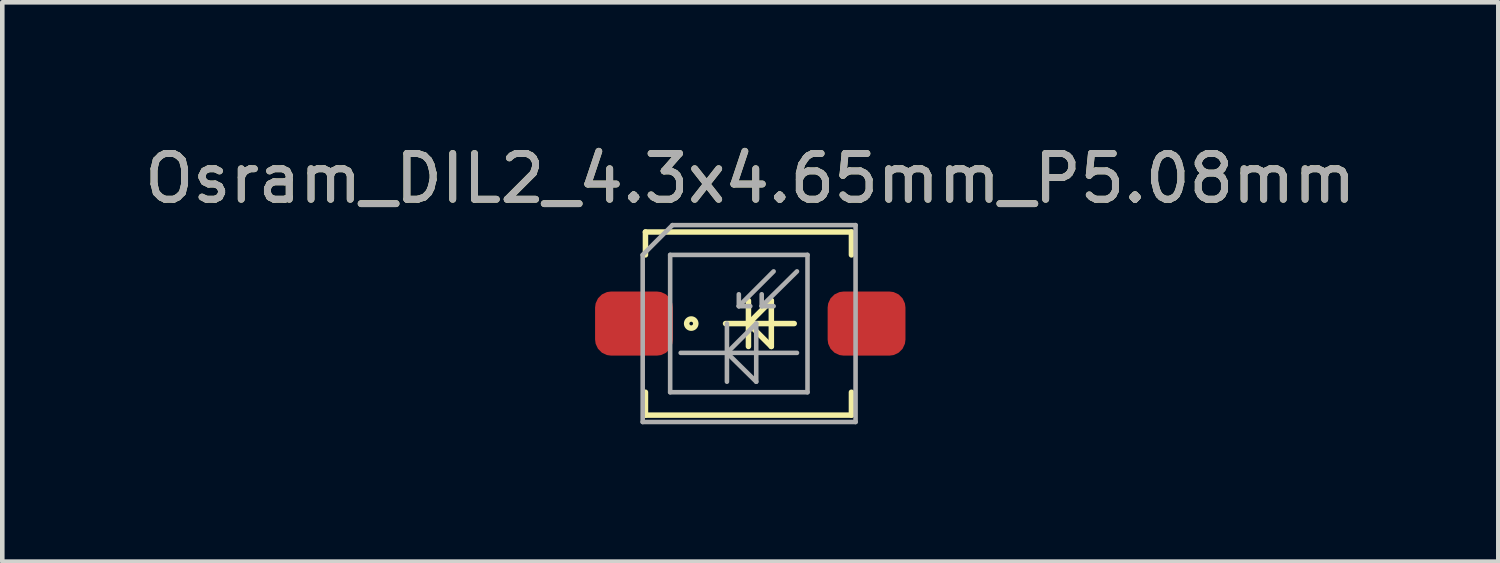
<source format=kicad_pcb>
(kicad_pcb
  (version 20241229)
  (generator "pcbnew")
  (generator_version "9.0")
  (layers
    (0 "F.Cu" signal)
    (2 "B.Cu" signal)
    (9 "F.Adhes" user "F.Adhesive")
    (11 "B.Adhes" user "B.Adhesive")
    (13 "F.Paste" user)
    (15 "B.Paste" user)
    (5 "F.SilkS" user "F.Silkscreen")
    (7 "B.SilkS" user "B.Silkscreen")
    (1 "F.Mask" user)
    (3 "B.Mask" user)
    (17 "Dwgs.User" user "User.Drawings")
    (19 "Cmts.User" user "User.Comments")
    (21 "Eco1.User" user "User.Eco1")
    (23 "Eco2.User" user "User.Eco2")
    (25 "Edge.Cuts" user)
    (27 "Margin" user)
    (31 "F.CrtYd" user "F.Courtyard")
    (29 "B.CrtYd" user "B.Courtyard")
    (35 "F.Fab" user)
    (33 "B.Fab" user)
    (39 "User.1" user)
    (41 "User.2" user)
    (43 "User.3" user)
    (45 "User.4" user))
  (footprint "Osram_DIL2_4.3x4.65mm_P5.08mm"
    (layer "F.Cu")
    (at 10.799 4.018)
    (property "Reference" "Osram_DIL2_4.3x4.65mm_P5.08mm" (at 2.54 -3.17 0) (layer "F.SilkS") (effects (font (size 1 1) (thickness 0.15))))
    (attr through_hole)
    (fp_line (start 0.25 -2) (end 0.25 -1.5) (stroke (width 0.12) (type solid)) (layer "F.SilkS"))
    (fp_line (start 0.25 -2) (end 4.75 -2) (stroke (width 0.12) (type solid)) (layer "F.SilkS"))
    (fp_line (start 0.25 2) (end 0.25 1.5) (stroke (width 0.12) (type solid)) (layer "F.SilkS"))
    (fp_line (start 2 0) (end 3.5 0) (stroke (width 0.12) (type solid)) (layer "F.SilkS"))
    (fp_line (start 2.5 -0.5) (end 2.5 0.5) (stroke (width 0.12) (type solid)) (layer "F.SilkS"))
    (fp_line (start 2.5 0) (end 3 0.5) (stroke (width 0.12) (type solid)) (layer "F.SilkS"))
    (fp_line (start 3 -0.5) (end 2.5 0) (stroke (width 0.12) (type solid)) (layer "F.SilkS"))
    (fp_line (start 3 0.5) (end 3 -0.5) (stroke (width 0.12) (type solid)) (layer "F.SilkS"))
    (fp_line (start 4.75 -2) (end 4.75 -1.5) (stroke (width 0.12) (type solid)) (layer "F.SilkS"))
    (fp_line (start 4.75 2) (end 0.25 2) (stroke (width 0.12) (type solid)) (layer "F.SilkS"))
    (fp_line (start 4.75 2) (end 4.75 1.5) (stroke (width 0.12) (type solid)) (layer "F.SilkS"))
    (fp_circle (center 1.25 0) (end 1.35 0) (stroke (width 0.12) (type solid)) (fill no) (layer "F.SilkS"))
    (fp_line (start 0.19 -1.5) (end 0.84 -2.15) (stroke (width 0.1) (type solid)) (layer "F.Fab"))
    (fp_line (start 0.19 2.15) (end 0.19 -1.5) (stroke (width 0.1) (type solid)) (layer "F.Fab"))
    (fp_line (start 0.79 -1.5) (end 0.79 1.5) (stroke (width 0.1) (type solid)) (layer "F.Fab"))
    (fp_line (start 0.79 1.5) (end 3.79 1.5) (stroke (width 0.1) (type solid)) (layer "F.Fab"))
    (fp_line (start 0.84 -2.15) (end 4.84 -2.15) (stroke (width 0.1) (type solid)) (layer "F.Fab"))
    (fp_line (start 1.02 0.64) (end 3.56 0.64) (stroke (width 0.1) (type solid)) (layer "F.Fab"))
    (fp_line (start 2.03 0) (end 2.03 1.27) (stroke (width 0.1) (type solid)) (layer "F.Fab"))
    (fp_line (start 2.03 0.64) (end 2.67 0) (stroke (width 0.1) (type solid)) (layer "F.Fab"))
    (fp_line (start 2.29 -0.38) (end 2.29 -0.64) (stroke (width 0.1) (type solid)) (layer "F.Fab"))
    (fp_line (start 2.29 -0.38) (end 2.54 -0.38) (stroke (width 0.1) (type solid)) (layer "F.Fab"))
    (fp_line (start 2.67 0) (end 2.67 1.27) (stroke (width 0.1) (type solid)) (layer "F.Fab"))
    (fp_line (start 2.67 1.27) (end 2.03 0.64) (stroke (width 0.1) (type solid)) (layer "F.Fab"))
    (fp_line (start 2.79 -0.38) (end 2.79 -0.64) (stroke (width 0.1) (type solid)) (layer "F.Fab"))
    (fp_line (start 2.79 -0.38) (end 3.05 -0.38) (stroke (width 0.1) (type solid)) (layer "F.Fab"))
    (fp_line (start 3.05 -1.14) (end 2.29 -0.38) (stroke (width 0.1) (type solid)) (layer "F.Fab"))
    (fp_line (start 3.56 -1.14) (end 2.79 -0.38) (stroke (width 0.1) (type solid)) (layer "F.Fab"))
    (fp_line (start 3.79 -1.5) (end 0.79 -1.5) (stroke (width 0.1) (type solid)) (layer "F.Fab"))
    (fp_line (start 3.79 1.5) (end 3.79 -1.5) (stroke (width 0.1) (type solid)) (layer "F.Fab"))
    (fp_line (start 4.84 -2.15) (end 4.84 2.15) (stroke (width 0.1) (type solid)) (layer "F.Fab"))
    (fp_line (start 4.84 2.15) (end 0.19 2.15) (stroke (width 0.1) (type solid)) (layer "F.Fab"))
    (fp_text user "${REFERENCE}" (at 2.54 -3.17 0) (layer "F.Fab") (effects (font (size 1 1) (thickness 0.15))))
    (pad "1" smd roundrect (at 0 0) (size 1.7 1.4) (layers "F.Cu" "F.Mask" "F.Paste") (roundrect_rratio 0.25))
    (pad "2" smd roundrect (at 5.08 0) (size 1.7 1.4) (layers "F.Cu" "F.Mask" "F.Paste") (roundrect_rratio 0.25)))
  (gr_rect
    (start -3 -3)
    (end 29.679 9.218)
    (stroke (width 0.1) (type default))
    (fill no)
    (layer "Edge.Cuts")))
</source>
